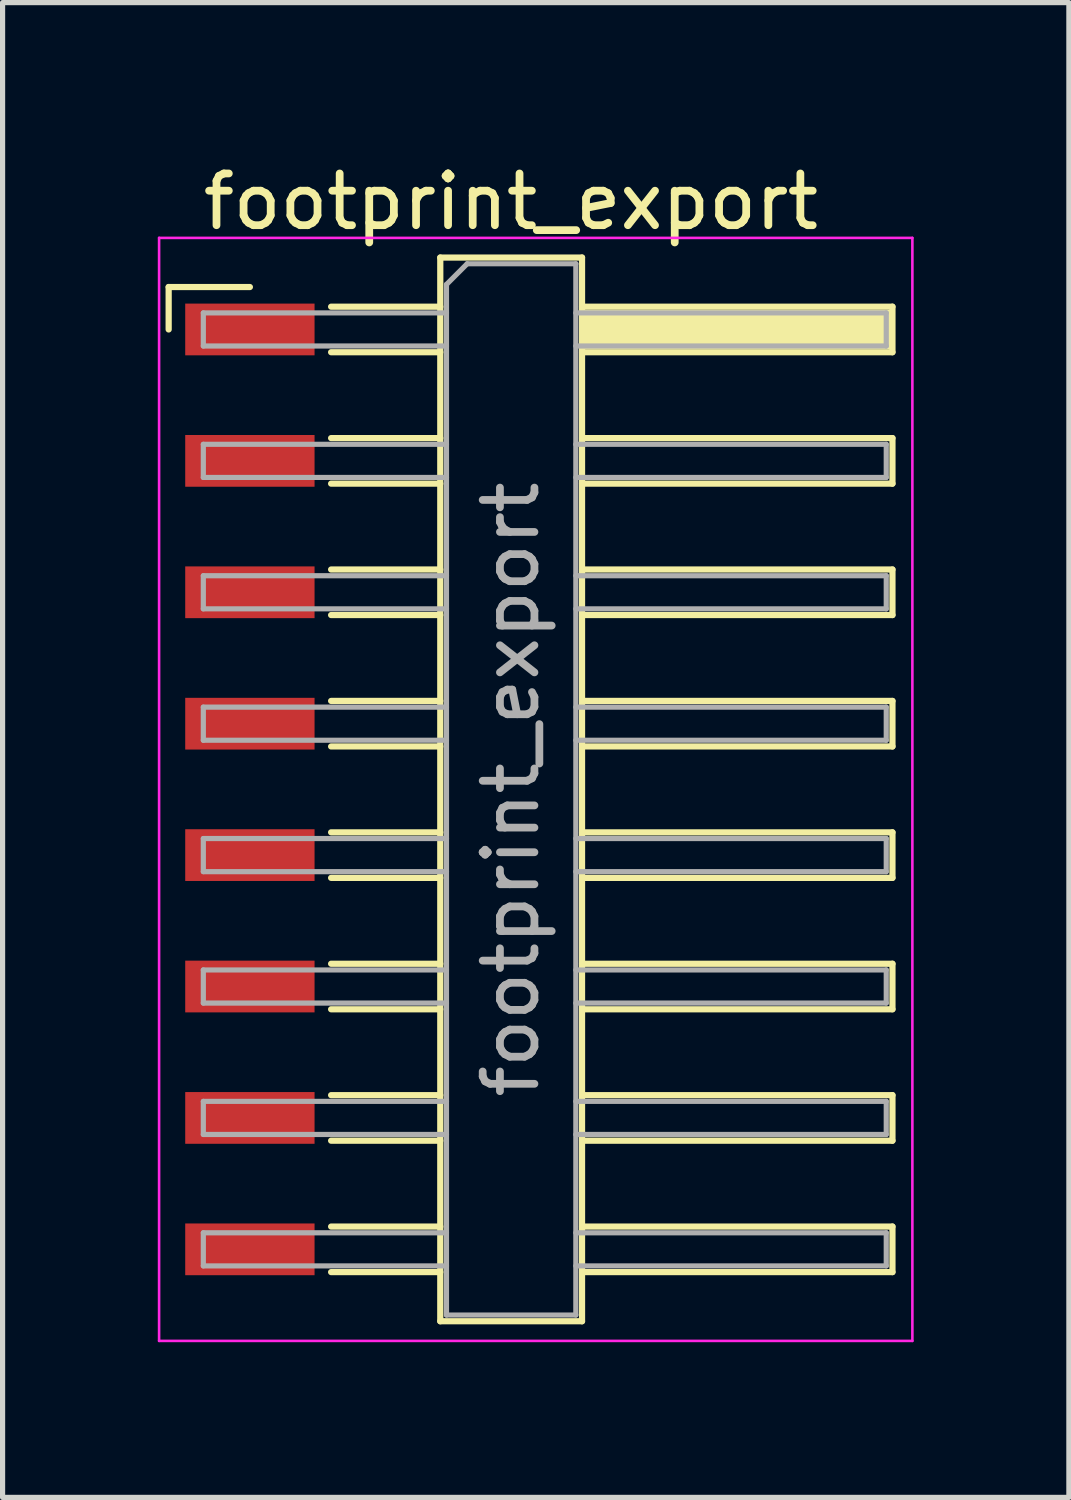
<source format=kicad_pcb>
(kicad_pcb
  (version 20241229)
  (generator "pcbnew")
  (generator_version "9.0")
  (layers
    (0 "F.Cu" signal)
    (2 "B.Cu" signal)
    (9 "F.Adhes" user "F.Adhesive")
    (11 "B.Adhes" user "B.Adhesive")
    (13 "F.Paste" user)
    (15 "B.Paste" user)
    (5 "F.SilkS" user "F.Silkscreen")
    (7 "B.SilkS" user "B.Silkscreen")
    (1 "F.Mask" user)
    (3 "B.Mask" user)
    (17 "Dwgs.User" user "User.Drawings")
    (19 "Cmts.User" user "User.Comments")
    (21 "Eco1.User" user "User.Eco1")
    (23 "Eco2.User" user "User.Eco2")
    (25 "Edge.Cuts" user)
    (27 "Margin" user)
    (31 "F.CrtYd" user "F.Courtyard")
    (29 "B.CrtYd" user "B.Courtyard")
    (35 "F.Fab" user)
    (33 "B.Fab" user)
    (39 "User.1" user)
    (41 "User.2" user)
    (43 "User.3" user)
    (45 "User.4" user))
  (footprint "footprint_export"
    (layer "F.Cu")
    (at 7.305 12.208)
    (property "Reference" "footprint_export" (at -0.48 -11.36 0) (layer "F.SilkS") (effects (font (size 1 1) (thickness 0.15))))
    (attr smd)
    (fp_line (start -7.095 -9.71) (end -5.525 -9.71) (stroke (width 0.12) (type solid)) (layer "F.SilkS"))
    (fp_line (start -7.095 -8.89) (end -7.095 -9.71) (stroke (width 0.12) (type solid)) (layer "F.SilkS"))
    (fp_line (start -3.955 -9.33) (end -1.845 -9.33) (stroke (width 0.12) (type solid)) (layer "F.SilkS"))
    (fp_line (start -3.955 -8.45) (end -1.845 -8.45) (stroke (width 0.12) (type solid)) (layer "F.SilkS"))
    (fp_line (start -3.955 -6.79) (end -1.845 -6.79) (stroke (width 0.12) (type solid)) (layer "F.SilkS"))
    (fp_line (start -3.955 -5.91) (end -1.845 -5.91) (stroke (width 0.12) (type solid)) (layer "F.SilkS"))
    (fp_line (start -3.955 -4.25) (end -1.845 -4.25) (stroke (width 0.12) (type solid)) (layer "F.SilkS"))
    (fp_line (start -3.955 -3.37) (end -1.845 -3.37) (stroke (width 0.12) (type solid)) (layer "F.SilkS"))
    (fp_line (start -3.955 -1.71) (end -1.845 -1.71) (stroke (width 0.12) (type solid)) (layer "F.SilkS"))
    (fp_line (start -3.955 -0.83) (end -1.845 -0.83) (stroke (width 0.12) (type solid)) (layer "F.SilkS"))
    (fp_line (start -3.955 0.83) (end -1.845 0.83) (stroke (width 0.12) (type solid)) (layer "F.SilkS"))
    (fp_line (start -3.955 1.71) (end -1.845 1.71) (stroke (width 0.12) (type solid)) (layer "F.SilkS"))
    (fp_line (start -3.955 3.37) (end -1.845 3.37) (stroke (width 0.12) (type solid)) (layer "F.SilkS"))
    (fp_line (start -3.955 4.25) (end -1.845 4.25) (stroke (width 0.12) (type solid)) (layer "F.SilkS"))
    (fp_line (start -3.955 5.91) (end -1.845 5.91) (stroke (width 0.12) (type solid)) (layer "F.SilkS"))
    (fp_line (start -3.955 6.79) (end -1.845 6.79) (stroke (width 0.12) (type solid)) (layer "F.SilkS"))
    (fp_line (start -3.955 8.45) (end -1.845 8.45) (stroke (width 0.12) (type solid)) (layer "F.SilkS"))
    (fp_line (start -3.955 9.33) (end -1.845 9.33) (stroke (width 0.12) (type solid)) (layer "F.SilkS"))
    (fp_line (start -1.845 -10.28) (end 0.895 -10.28) (stroke (width 0.12) (type solid)) (layer "F.SilkS"))
    (fp_line (start -1.845 10.28) (end -1.845 -10.28) (stroke (width 0.12) (type solid)) (layer "F.SilkS"))
    (fp_line (start 0.895 -10.28) (end 0.895 10.28) (stroke (width 0.12) (type solid)) (layer "F.SilkS"))
    (fp_line (start 0.895 -9.33) (end 6.895 -9.33) (stroke (width 0.12) (type solid)) (layer "F.SilkS"))
    (fp_line (start 0.895 -6.79) (end 6.895 -6.79) (stroke (width 0.12) (type solid)) (layer "F.SilkS"))
    (fp_line (start 0.895 -4.25) (end 6.895 -4.25) (stroke (width 0.12) (type solid)) (layer "F.SilkS"))
    (fp_line (start 0.895 -1.71) (end 6.895 -1.71) (stroke (width 0.12) (type solid)) (layer "F.SilkS"))
    (fp_line (start 0.895 0.83) (end 6.895 0.83) (stroke (width 0.12) (type solid)) (layer "F.SilkS"))
    (fp_line (start 0.895 3.37) (end 6.895 3.37) (stroke (width 0.12) (type solid)) (layer "F.SilkS"))
    (fp_line (start 0.895 5.91) (end 6.895 5.91) (stroke (width 0.12) (type solid)) (layer "F.SilkS"))
    (fp_line (start 0.895 8.45) (end 6.895 8.45) (stroke (width 0.12) (type solid)) (layer "F.SilkS"))
    (fp_line (start 0.895 10.28) (end -1.845 10.28) (stroke (width 0.12) (type solid)) (layer "F.SilkS"))
    (fp_line (start 6.895 -9.33) (end 6.895 -8.45) (stroke (width 0.12) (type solid)) (layer "F.SilkS"))
    (fp_line (start 6.895 -8.45) (end 0.895 -8.45) (stroke (width 0.12) (type solid)) (layer "F.SilkS"))
    (fp_line (start 6.895 -6.79) (end 6.895 -5.91) (stroke (width 0.12) (type solid)) (layer "F.SilkS"))
    (fp_line (start 6.895 -5.91) (end 0.895 -5.91) (stroke (width 0.12) (type solid)) (layer "F.SilkS"))
    (fp_line (start 6.895 -4.25) (end 6.895 -3.37) (stroke (width 0.12) (type solid)) (layer "F.SilkS"))
    (fp_line (start 6.895 -3.37) (end 0.895 -3.37) (stroke (width 0.12) (type solid)) (layer "F.SilkS"))
    (fp_line (start 6.895 -1.71) (end 6.895 -0.83) (stroke (width 0.12) (type solid)) (layer "F.SilkS"))
    (fp_line (start 6.895 -0.83) (end 0.895 -0.83) (stroke (width 0.12) (type solid)) (layer "F.SilkS"))
    (fp_line (start 6.895 0.83) (end 6.895 1.71) (stroke (width 0.12) (type solid)) (layer "F.SilkS"))
    (fp_line (start 6.895 1.71) (end 0.895 1.71) (stroke (width 0.12) (type solid)) (layer "F.SilkS"))
    (fp_line (start 6.895 3.37) (end 6.895 4.25) (stroke (width 0.12) (type solid)) (layer "F.SilkS"))
    (fp_line (start 6.895 4.25) (end 0.895 4.25) (stroke (width 0.12) (type solid)) (layer "F.SilkS"))
    (fp_line (start 6.895 5.91) (end 6.895 6.79) (stroke (width 0.12) (type solid)) (layer "F.SilkS"))
    (fp_line (start 6.895 6.79) (end 0.895 6.79) (stroke (width 0.12) (type solid)) (layer "F.SilkS"))
    (fp_line (start 6.895 8.45) (end 6.895 9.33) (stroke (width 0.12) (type solid)) (layer "F.SilkS"))
    (fp_line (start 6.895 9.33) (end 0.895 9.33) (stroke (width 0.12) (type solid)) (layer "F.SilkS"))
    (fp_line (start -7.28 -10.66) (end 7.28 -10.66) (stroke (width 0.05) (type solid)) (layer "F.CrtYd"))
    (fp_line (start -7.28 10.66) (end -7.28 -10.66) (stroke (width 0.05) (type solid)) (layer "F.CrtYd"))
    (fp_line (start 7.28 -10.66) (end 7.28 10.66) (stroke (width 0.05) (type solid)) (layer "F.CrtYd"))
    (fp_line (start 7.28 10.66) (end -7.28 10.66) (stroke (width 0.05) (type solid)) (layer "F.CrtYd"))
    (fp_line (start -6.425 -9.21) (end -6.425 -8.57) (stroke (width 0.1) (type solid)) (layer "F.Fab"))
    (fp_line (start -6.425 -8.57) (end -1.725 -8.57) (stroke (width 0.1) (type solid)) (layer "F.Fab"))
    (fp_line (start -6.425 -6.67) (end -6.425 -6.03) (stroke (width 0.1) (type solid)) (layer "F.Fab"))
    (fp_line (start -6.425 -6.03) (end -1.725 -6.03) (stroke (width 0.1) (type solid)) (layer "F.Fab"))
    (fp_line (start -6.425 -4.13) (end -6.425 -3.49) (stroke (width 0.1) (type solid)) (layer "F.Fab"))
    (fp_line (start -6.425 -3.49) (end -1.725 -3.49) (stroke (width 0.1) (type solid)) (layer "F.Fab"))
    (fp_line (start -6.425 -1.59) (end -6.425 -0.95) (stroke (width 0.1) (type solid)) (layer "F.Fab"))
    (fp_line (start -6.425 -0.95) (end -1.725 -0.95) (stroke (width 0.1) (type solid)) (layer "F.Fab"))
    (fp_line (start -6.425 0.95) (end -6.425 1.59) (stroke (width 0.1) (type solid)) (layer "F.Fab"))
    (fp_line (start -6.425 1.59) (end -1.725 1.59) (stroke (width 0.1) (type solid)) (layer "F.Fab"))
    (fp_line (start -6.425 3.49) (end -6.425 4.13) (stroke (width 0.1) (type solid)) (layer "F.Fab"))
    (fp_line (start -6.425 4.13) (end -1.725 4.13) (stroke (width 0.1) (type solid)) (layer "F.Fab"))
    (fp_line (start -6.425 6.03) (end -6.425 6.67) (stroke (width 0.1) (type solid)) (layer "F.Fab"))
    (fp_line (start -6.425 6.67) (end -1.725 6.67) (stroke (width 0.1) (type solid)) (layer "F.Fab"))
    (fp_line (start -6.425 8.57) (end -6.425 9.21) (stroke (width 0.1) (type solid)) (layer "F.Fab"))
    (fp_line (start -6.425 9.21) (end -1.725 9.21) (stroke (width 0.1) (type solid)) (layer "F.Fab"))
    (fp_line (start -1.725 -9.76) (end -1.325 -10.16) (stroke (width 0.1) (type solid)) (layer "F.Fab"))
    (fp_line (start -1.725 -9.21) (end -6.425 -9.21) (stroke (width 0.1) (type solid)) (layer "F.Fab"))
    (fp_line (start -1.725 -6.67) (end -6.425 -6.67) (stroke (width 0.1) (type solid)) (layer "F.Fab"))
    (fp_line (start -1.725 -4.13) (end -6.425 -4.13) (stroke (width 0.1) (type solid)) (layer "F.Fab"))
    (fp_line (start -1.725 -1.59) (end -6.425 -1.59) (stroke (width 0.1) (type solid)) (layer "F.Fab"))
    (fp_line (start -1.725 0.95) (end -6.425 0.95) (stroke (width 0.1) (type solid)) (layer "F.Fab"))
    (fp_line (start -1.725 3.49) (end -6.425 3.49) (stroke (width 0.1) (type solid)) (layer "F.Fab"))
    (fp_line (start -1.725 6.03) (end -6.425 6.03) (stroke (width 0.1) (type solid)) (layer "F.Fab"))
    (fp_line (start -1.725 8.57) (end -6.425 8.57) (stroke (width 0.1) (type solid)) (layer "F.Fab"))
    (fp_line (start -1.725 10.16) (end -1.725 -9.76) (stroke (width 0.1) (type solid)) (layer "F.Fab"))
    (fp_line (start -1.325 -10.16) (end 0.775 -10.16) (stroke (width 0.1) (type solid)) (layer "F.Fab"))
    (fp_line (start 0.775 -10.16) (end 0.775 10.16) (stroke (width 0.1) (type solid)) (layer "F.Fab"))
    (fp_line (start 0.775 -9.21) (end 6.775 -9.21) (stroke (width 0.1) (type solid)) (layer "F.Fab"))
    (fp_line (start 0.775 -6.67) (end 6.775 -6.67) (stroke (width 0.1) (type solid)) (layer "F.Fab"))
    (fp_line (start 0.775 -4.13) (end 6.775 -4.13) (stroke (width 0.1) (type solid)) (layer "F.Fab"))
    (fp_line (start 0.775 -1.59) (end 6.775 -1.59) (stroke (width 0.1) (type solid)) (layer "F.Fab"))
    (fp_line (start 0.775 0.95) (end 6.775 0.95) (stroke (width 0.1) (type solid)) (layer "F.Fab"))
    (fp_line (start 0.775 3.49) (end 6.775 3.49) (stroke (width 0.1) (type solid)) (layer "F.Fab"))
    (fp_line (start 0.775 6.03) (end 6.775 6.03) (stroke (width 0.1) (type solid)) (layer "F.Fab"))
    (fp_line (start 0.775 8.57) (end 6.775 8.57) (stroke (width 0.1) (type solid)) (layer "F.Fab"))
    (fp_line (start 0.775 10.16) (end -1.725 10.16) (stroke (width 0.1) (type solid)) (layer "F.Fab"))
    (fp_line (start 6.775 -9.21) (end 6.775 -8.57) (stroke (width 0.1) (type solid)) (layer "F.Fab"))
    (fp_line (start 6.775 -8.57) (end 0.775 -8.57) (stroke (width 0.1) (type solid)) (layer "F.Fab"))
    (fp_line (start 6.775 -6.67) (end 6.775 -6.03) (stroke (width 0.1) (type solid)) (layer "F.Fab"))
    (fp_line (start 6.775 -6.03) (end 0.775 -6.03) (stroke (width 0.1) (type solid)) (layer "F.Fab"))
    (fp_line (start 6.775 -4.13) (end 6.775 -3.49) (stroke (width 0.1) (type solid)) (layer "F.Fab"))
    (fp_line (start 6.775 -3.49) (end 0.775 -3.49) (stroke (width 0.1) (type solid)) (layer "F.Fab"))
    (fp_line (start 6.775 -1.59) (end 6.775 -0.95) (stroke (width 0.1) (type solid)) (layer "F.Fab"))
    (fp_line (start 6.775 -0.95) (end 0.775 -0.95) (stroke (width 0.1) (type solid)) (layer "F.Fab"))
    (fp_line (start 6.775 0.95) (end 6.775 1.59) (stroke (width 0.1) (type solid)) (layer "F.Fab"))
    (fp_line (start 6.775 1.59) (end 0.775 1.59) (stroke (width 0.1) (type solid)) (layer "F.Fab"))
    (fp_line (start 6.775 3.49) (end 6.775 4.13) (stroke (width 0.1) (type solid)) (layer "F.Fab"))
    (fp_line (start 6.775 4.13) (end 0.775 4.13) (stroke (width 0.1) (type solid)) (layer "F.Fab"))
    (fp_line (start 6.775 6.03) (end 6.775 6.67) (stroke (width 0.1) (type solid)) (layer "F.Fab"))
    (fp_line (start 6.775 6.67) (end 0.775 6.67) (stroke (width 0.1) (type solid)) (layer "F.Fab"))
    (fp_line (start 6.775 8.57) (end 6.775 9.21) (stroke (width 0.1) (type solid)) (layer "F.Fab"))
    (fp_line (start 6.775 9.21) (end 0.775 9.21) (stroke (width 0.1) (type solid)) (layer "F.Fab"))
    (fp_text user "${REFERENCE}" (at -0.48 0 90) (layer "F.Fab") (effects (font (size 1 1) (thickness 0.15))))
    (pad "" smd rect (at 3.895 -8.89) (size 6 0.76) (layers "F.SilkS"))
    (pad "1" smd rect (at -5.525 -8.89) (size 2.5 1) (layers "F.Cu" "F.Mask" "F.Paste"))
    (pad "2" smd rect (at -5.525 -6.35) (size 2.5 1) (layers "F.Cu" "F.Mask" "F.Paste"))
    (pad "3" smd rect (at -5.525 -3.81) (size 2.5 1) (layers "F.Cu" "F.Mask" "F.Paste"))
    (pad "4" smd rect (at -5.525 -1.27) (size 2.5 1) (layers "F.Cu" "F.Mask" "F.Paste"))
    (pad "5" smd rect (at -5.525 1.27) (size 2.5 1) (layers "F.Cu" "F.Mask" "F.Paste"))
    (pad "6" smd rect (at -5.525 3.81) (size 2.5 1) (layers "F.Cu" "F.Mask" "F.Paste"))
    (pad "7" smd rect (at -5.525 6.35) (size 2.5 1) (layers "F.Cu" "F.Mask" "F.Paste"))
    (pad "8" smd rect (at -5.525 8.89) (size 2.5 1) (layers "F.Cu" "F.Mask" "F.Paste")))
  (gr_rect
    (start -3 -3)
    (end 17.61 25.893)
    (stroke (width 0.1) (type default))
    (fill no)
    (layer "Edge.Cuts")))
</source>
